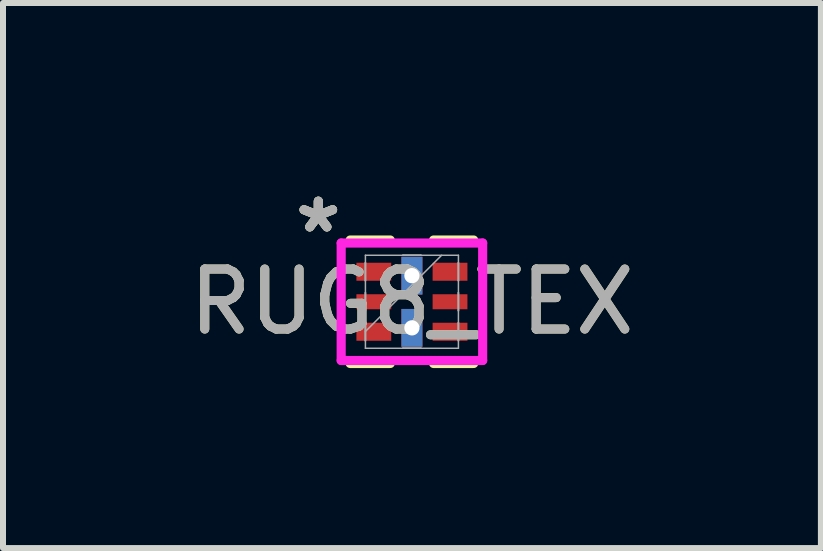
<source format=kicad_pcb>
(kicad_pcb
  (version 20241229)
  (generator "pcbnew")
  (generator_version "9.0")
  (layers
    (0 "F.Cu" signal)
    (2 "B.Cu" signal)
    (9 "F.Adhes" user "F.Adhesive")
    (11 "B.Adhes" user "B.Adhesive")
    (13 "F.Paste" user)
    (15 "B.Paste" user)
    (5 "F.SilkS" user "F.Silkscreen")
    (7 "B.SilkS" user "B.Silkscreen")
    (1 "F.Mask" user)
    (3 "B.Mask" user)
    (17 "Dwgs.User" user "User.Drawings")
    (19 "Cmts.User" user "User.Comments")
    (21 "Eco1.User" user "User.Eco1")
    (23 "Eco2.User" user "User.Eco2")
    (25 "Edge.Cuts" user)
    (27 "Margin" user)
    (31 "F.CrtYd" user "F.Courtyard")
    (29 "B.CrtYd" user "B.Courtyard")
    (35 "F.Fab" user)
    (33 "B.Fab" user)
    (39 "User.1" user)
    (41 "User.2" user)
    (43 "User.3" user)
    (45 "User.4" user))
  (footprint "RUG8_TEX"
    (layer "F.Cu")
    (at 3.815 1.979)
    (property "Reference" "RUG8_TEX" (at 0 0 0) (unlocked yes) (layer "F.SilkS") (effects (font (size 1 1) (thickness 0.15))))
    (attr smd)
    (fp_poly (pts (xy -0.975 -0.7) (xy -0.975 -0.3) (xy -0.295 -0.3) (xy -0.295 -0.7)) (stroke (width 0) (type solid)) (fill yes) (layer "F.Mask"))
    (fp_poly (pts (xy -0.975 -0.2) (xy -0.975 0.2) (xy -0.295 0.2) (xy -0.295 -0.2)) (stroke (width 0) (type solid)) (fill yes) (layer "F.Mask"))
    (fp_poly (pts (xy -0.975 0.3) (xy -0.975 0.7) (xy -0.295 0.7) (xy -0.295 0.3)) (stroke (width 0) (type solid)) (fill yes) (layer "F.Mask"))
    (fp_poly (pts (xy -0.2 -0.775) (xy -0.2 -0.095) (xy 0.2 -0.095) (xy 0.2 -0.775)) (stroke (width 0) (type solid)) (fill yes) (layer "F.Mask"))
    (fp_poly (pts (xy -0.2 0.095) (xy -0.2 0.775) (xy 0.2 0.775) (xy 0.2 0.095)) (stroke (width 0) (type solid)) (fill yes) (layer "F.Mask"))
    (fp_poly (pts (xy 0.295 -0.7) (xy 0.295 -0.3) (xy 0.975 -0.3) (xy 0.975 -0.7)) (stroke (width 0) (type solid)) (fill yes) (layer "F.Mask"))
    (fp_poly (pts (xy 0.295 -0.2) (xy 0.295 0.2) (xy 0.975 0.2) (xy 0.975 -0.2)) (stroke (width 0) (type solid)) (fill yes) (layer "F.Mask"))
    (fp_poly (pts (xy 0.295 0.3) (xy 0.295 0.7) (xy 0.975 0.7) (xy 0.975 0.3)) (stroke (width 0) (type solid)) (fill yes) (layer "F.Mask"))
    (fp_line (start -1.029 1.029) (end -0.361 1.029) (stroke (width 0.152) (type solid)) (layer "F.SilkS"))
    (fp_line (start -0.361 -1.029) (end -1.029 -1.029) (stroke (width 0.152) (type solid)) (layer "F.SilkS"))
    (fp_line (start 0.361 1.029) (end 1.029 1.029) (stroke (width 0.152) (type solid)) (layer "F.SilkS"))
    (fp_line (start 1.029 -1.029) (end 0.361 -1.029) (stroke (width 0.152) (type solid)) (layer "F.SilkS"))
    (fp_poly (pts (xy -0.9 -0.625) (xy -0.9 -0.375) (xy -0.37 -0.375) (xy -0.37 -0.625)) (stroke (width 0) (type solid)) (fill yes) (layer "F.Paste"))
    (fp_poly (pts (xy -0.9 -0.125) (xy -0.9 0.125) (xy -0.37 0.125) (xy -0.37 -0.125)) (stroke (width 0) (type solid)) (fill yes) (layer "F.Paste"))
    (fp_poly (pts (xy -0.9 0.375) (xy -0.9 0.625) (xy -0.37 0.625) (xy -0.37 0.375)) (stroke (width 0) (type solid)) (fill yes) (layer "F.Paste"))
    (fp_poly (pts (xy -0.125 -0.7) (xy -0.125 -0.17) (xy 0.125 -0.17) (xy 0.125 -0.7)) (stroke (width 0) (type solid)) (fill yes) (layer "F.Paste"))
    (fp_poly (pts (xy -0.125 0.17) (xy -0.125 0.7) (xy 0.125 0.7) (xy 0.125 0.17)) (stroke (width 0) (type solid)) (fill yes) (layer "F.Paste"))
    (fp_poly (pts (xy 0.37 -0.625) (xy 0.37 -0.375) (xy 0.9 -0.375) (xy 0.9 -0.625)) (stroke (width 0) (type solid)) (fill yes) (layer "F.Paste"))
    (fp_poly (pts (xy 0.37 -0.125) (xy 0.37 0.125) (xy 0.9 0.125) (xy 0.9 -0.125)) (stroke (width 0) (type solid)) (fill yes) (layer "F.Paste"))
    (fp_poly (pts (xy 0.37 0.375) (xy 0.37 0.625) (xy 0.9 0.625) (xy 0.9 0.375)) (stroke (width 0) (type solid)) (fill yes) (layer "F.Paste"))
    (fp_line (start -1.179 -0.979) (end 1.179 -0.979) (stroke (width 0.152) (type solid)) (layer "F.CrtYd"))
    (fp_line (start -1.179 0.979) (end -1.179 -0.979) (stroke (width 0.152) (type solid)) (layer "F.CrtYd"))
    (fp_line (start 1.179 -0.979) (end 1.179 0.979) (stroke (width 0.152) (type solid)) (layer "F.CrtYd"))
    (fp_line (start 1.179 0.979) (end -1.179 0.979) (stroke (width 0.152) (type solid)) (layer "F.CrtYd"))
    (fp_line (start -0.775 -0.775) (end -0.775 0.775) (stroke (width 0.025) (type solid)) (layer "F.Fab"))
    (fp_line (start -0.775 -0.65) (end -0.775 -0.65) (stroke (width 0.025) (type solid)) (layer "F.Fab"))
    (fp_line (start -0.775 -0.65) (end -0.775 -0.35) (stroke (width 0.025) (type solid)) (layer "F.Fab"))
    (fp_line (start -0.775 -0.35) (end -0.775 -0.65) (stroke (width 0.025) (type solid)) (layer "F.Fab"))
    (fp_line (start -0.775 -0.35) (end -0.775 -0.35) (stroke (width 0.025) (type solid)) (layer "F.Fab"))
    (fp_line (start -0.775 -0.15) (end -0.775 -0.15) (stroke (width 0.025) (type solid)) (layer "F.Fab"))
    (fp_line (start -0.775 -0.15) (end -0.775 0.15) (stroke (width 0.025) (type solid)) (layer "F.Fab"))
    (fp_line (start -0.775 0.15) (end -0.775 -0.15) (stroke (width 0.025) (type solid)) (layer "F.Fab"))
    (fp_line (start -0.775 0.15) (end -0.775 0.15) (stroke (width 0.025) (type solid)) (layer "F.Fab"))
    (fp_line (start -0.775 0.35) (end -0.775 0.35) (stroke (width 0.025) (type solid)) (layer "F.Fab"))
    (fp_line (start -0.775 0.35) (end -0.775 0.65) (stroke (width 0.025) (type solid)) (layer "F.Fab"))
    (fp_line (start -0.775 0.495) (end 0.495 -0.775) (stroke (width 0.025) (type solid)) (layer "F.Fab"))
    (fp_line (start -0.775 0.65) (end -0.775 0.35) (stroke (width 0.025) (type solid)) (layer "F.Fab"))
    (fp_line (start -0.775 0.65) (end -0.775 0.65) (stroke (width 0.025) (type solid)) (layer "F.Fab"))
    (fp_line (start -0.775 0.775) (end 0.775 0.775) (stroke (width 0.025) (type solid)) (layer "F.Fab"))
    (fp_line (start -0.15 -0.775) (end -0.15 -0.775) (stroke (width 0.025) (type solid)) (layer "F.Fab"))
    (fp_line (start -0.15 -0.775) (end 0.15 -0.775) (stroke (width 0.025) (type solid)) (layer "F.Fab"))
    (fp_line (start -0.15 0.775) (end -0.15 0.775) (stroke (width 0.025) (type solid)) (layer "F.Fab"))
    (fp_line (start -0.15 0.775) (end 0.15 0.775) (stroke (width 0.025) (type solid)) (layer "F.Fab"))
    (fp_line (start 0.15 -0.775) (end -0.15 -0.775) (stroke (width 0.025) (type solid)) (layer "F.Fab"))
    (fp_line (start 0.15 -0.775) (end 0.15 -0.775) (stroke (width 0.025) (type solid)) (layer "F.Fab"))
    (fp_line (start 0.15 0.775) (end -0.15 0.775) (stroke (width 0.025) (type solid)) (layer "F.Fab"))
    (fp_line (start 0.15 0.775) (end 0.15 0.775) (stroke (width 0.025) (type solid)) (layer "F.Fab"))
    (fp_line (start 0.775 -0.775) (end -0.775 -0.775) (stroke (width 0.025) (type solid)) (layer "F.Fab"))
    (fp_line (start 0.775 -0.65) (end 0.775 -0.65) (stroke (width 0.025) (type solid)) (layer "F.Fab"))
    (fp_line (start 0.775 -0.65) (end 0.775 -0.35) (stroke (width 0.025) (type solid)) (layer "F.Fab"))
    (fp_line (start 0.775 -0.35) (end 0.775 -0.65) (stroke (width 0.025) (type solid)) (layer "F.Fab"))
    (fp_line (start 0.775 -0.35) (end 0.775 -0.35) (stroke (width 0.025) (type solid)) (layer "F.Fab"))
    (fp_line (start 0.775 -0.15) (end 0.775 -0.15) (stroke (width 0.025) (type solid)) (layer "F.Fab"))
    (fp_line (start 0.775 -0.15) (end 0.775 0.15) (stroke (width 0.025) (type solid)) (layer "F.Fab"))
    (fp_line (start 0.775 0.15) (end 0.775 -0.15) (stroke (width 0.025) (type solid)) (layer "F.Fab"))
    (fp_line (start 0.775 0.15) (end 0.775 0.15) (stroke (width 0.025) (type solid)) (layer "F.Fab"))
    (fp_line (start 0.775 0.35) (end 0.775 0.35) (stroke (width 0.025) (type solid)) (layer "F.Fab"))
    (fp_line (start 0.775 0.35) (end 0.775 0.65) (stroke (width 0.025) (type solid)) (layer "F.Fab"))
    (fp_line (start 0.775 0.65) (end 0.775 0.35) (stroke (width 0.025) (type solid)) (layer "F.Fab"))
    (fp_line (start 0.775 0.65) (end 0.775 0.65) (stroke (width 0.025) (type solid)) (layer "F.Fab"))
    (fp_line (start 0.775 0.775) (end 0.775 -0.775) (stroke (width 0.025) (type solid)) (layer "F.Fab"))
    (fp_text user "*" (at -1.56 -1.131 0) (layer "F.SilkS") (effects (font (size 1 1) (thickness 0.15))))
    (fp_text user "*" (at -1.56 -1.131 0) (unlocked yes) (layer "F.SilkS") (effects (font (size 1 1) (thickness 0.15))))
    (fp_text user "*" (at -1.56 -1.131 0) (layer "F.Fab") (effects (font (size 1 1) (thickness 0.15))))
    (fp_text user "${REFERENCE}" (at 0 0 0) (unlocked yes) (layer "F.Fab") (effects (font (size 1 1) (thickness 0.15))))
    (fp_text user "*" (at -1.56 -1.131 0) (unlocked yes) (layer "F.Fab") (effects (font (size 1 1) (thickness 0.15))))
    (pad "1" smd rect (at -0.635 -0.5 90) (size 0.3 0.58) (layers "F.Cu" "F.Mask"))
    (pad "2" smd rect (at -0.635 0 90) (size 0.25 0.58) (layers "F.Cu" "F.Mask" "F.Paste"))
    (pad "3" smd rect (at -0.635 0.5 90) (size 0.3 0.58) (layers "F.Cu" "F.Mask"))
    (pad "4" thru_hole rect (at 0 0.435) (size 0.35 0.63) (drill 0.254) (layers "*.Cu" "*.Mask"))
    (pad "5" smd rect (at 0.635 0.5 90) (size 0.3 0.58) (layers "F.Cu" "F.Mask"))
    (pad "6" smd rect (at 0.635 0 90) (size 0.25 0.58) (layers "F.Cu" "F.Mask" "F.Paste"))
    (pad "7" smd rect (at 0.635 -0.5 90) (size 0.3 0.58) (layers "F.Cu" "F.Mask"))
    (pad "8" thru_hole rect (at 0 -0.435) (size 0.35 0.63) (drill 0.254) (layers "*.Cu" "*.Mask")))
  (gr_rect
    (start -3 -3)
    (end 10.631 6.084)
    (stroke (width 0.1) (type default))
    (fill no)
    (layer "Edge.Cuts")))
</source>
